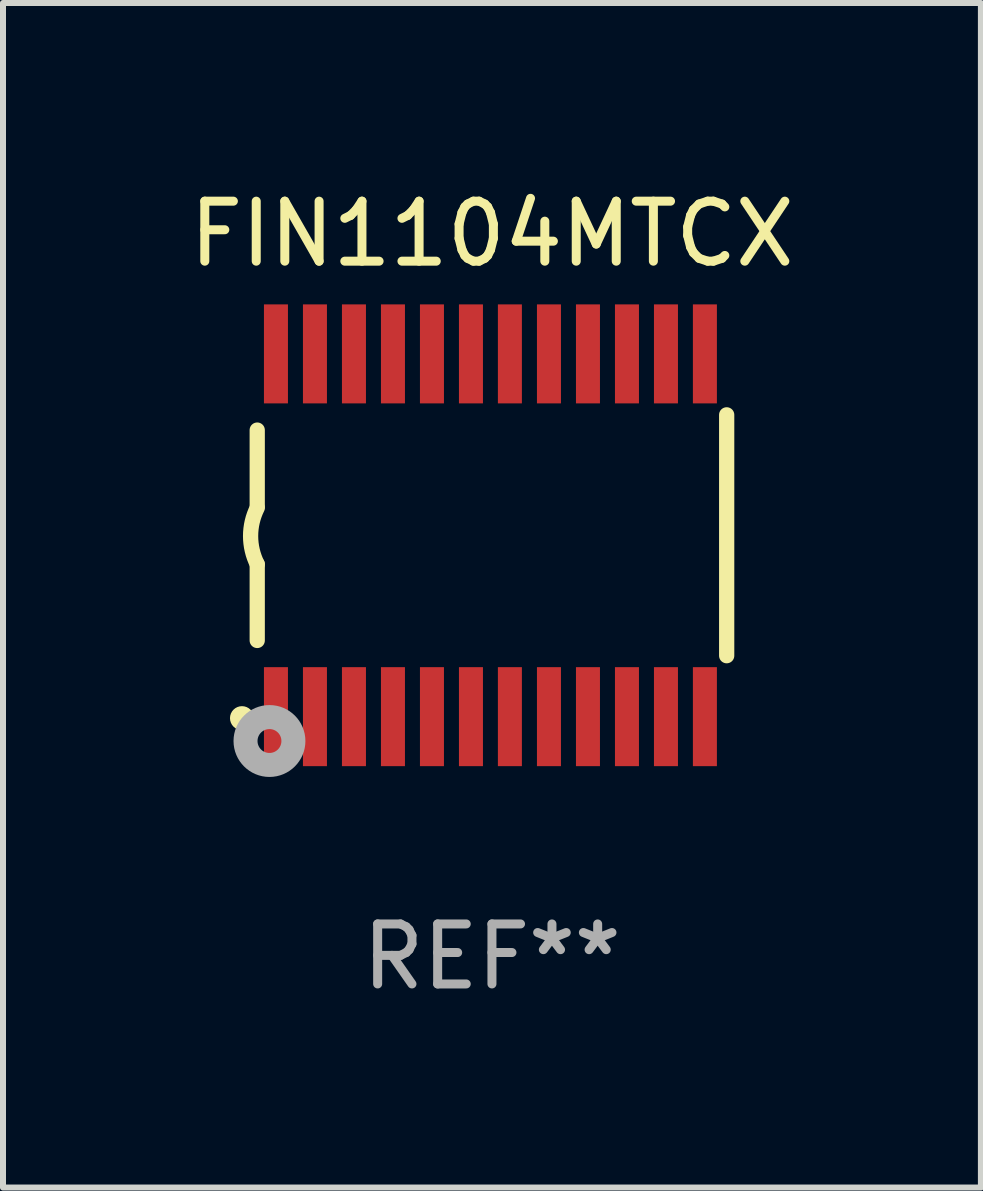
<source format=kicad_pcb>
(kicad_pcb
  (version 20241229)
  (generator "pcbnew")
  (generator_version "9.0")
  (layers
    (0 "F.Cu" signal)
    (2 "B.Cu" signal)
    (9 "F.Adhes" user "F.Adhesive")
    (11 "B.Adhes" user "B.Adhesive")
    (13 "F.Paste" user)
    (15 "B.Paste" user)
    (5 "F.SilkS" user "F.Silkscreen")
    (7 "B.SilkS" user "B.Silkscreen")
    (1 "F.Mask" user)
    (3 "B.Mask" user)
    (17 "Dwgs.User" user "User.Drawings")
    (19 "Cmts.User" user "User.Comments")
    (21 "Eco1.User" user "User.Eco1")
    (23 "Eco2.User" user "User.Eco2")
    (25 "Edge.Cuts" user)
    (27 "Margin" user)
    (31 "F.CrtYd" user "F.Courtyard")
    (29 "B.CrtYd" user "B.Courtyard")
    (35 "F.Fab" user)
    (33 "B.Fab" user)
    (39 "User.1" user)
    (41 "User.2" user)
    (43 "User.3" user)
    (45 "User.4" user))
  (footprint "FIN1104MTCX"
    (layer "F.Cu")
    (at 5.149 5.871)
    (property "Reference" "FIN1104MTCX" (at 0 -5.023 0) (layer "F.SilkS") (effects (font (size 1 1) (thickness 0.15))))
    (attr through_hole)
    (fp_line (start -3.912 -0.483) (end -3.912 -1.753) (stroke (width 0.254) (type solid)) (layer "F.SilkS"))
    (fp_line (start -3.912 1.753) (end -3.912 0.483) (stroke (width 0.254) (type solid)) (layer "F.SilkS"))
    (fp_line (start 3.912 -2.007) (end 3.912 2.007) (stroke (width 0.254) (type solid)) (layer "F.SilkS"))
    (fp_arc (start -3.911608 0.482601) (mid -4.022537 0.0127) (end -3.911608 -0.457201) (stroke (width 0.254001) (type solid)) (layer "F.SilkS"))
    (fp_circle (center -4.166 3.048) (end -4.066 3.048) (stroke (width 0.2) (type solid)) (fill no) (layer "F.SilkS"))
    (fp_circle (center -3.925 3.186) (end -3.895 3.186) (stroke (width 0.06) (type solid)) (fill no) (layer "F.SilkS"))
    (fp_circle (center -3.708 3.429) (end -3.509 3.429) (stroke (width 0.4) (type solid)) (fill no) (layer "F.Fab"))
    (fp_text user "REF**" (at 0 7.023 0) (layer "F.Fab") (effects (font (size 1 1) (thickness 0.15))))
    (pad "1" smd rect (at -3.6 3.023) (size 0.4 1.65) (layers "F.Cu" "F.Mask" "F.Paste"))
    (pad "2" smd rect (at -2.95 3.023) (size 0.4 1.65) (layers "F.Cu" "F.Mask" "F.Paste"))
    (pad "3" smd rect (at -2.3 3.023) (size 0.4 1.65) (layers "F.Cu" "F.Mask" "F.Paste"))
    (pad "4" smd rect (at -1.65 3.023) (size 0.4 1.65) (layers "F.Cu" "F.Mask" "F.Paste"))
    (pad "5" smd rect (at -1 3.023) (size 0.4 1.65) (layers "F.Cu" "F.Mask" "F.Paste"))
    (pad "6" smd rect (at -0.35 3.023) (size 0.4 1.65) (layers "F.Cu" "F.Mask" "F.Paste"))
    (pad "7" smd rect (at 0.299 3.023) (size 0.4 1.65) (layers "F.Cu" "F.Mask" "F.Paste"))
    (pad "8" smd rect (at 0.95 3.023) (size 0.4 1.65) (layers "F.Cu" "F.Mask" "F.Paste"))
    (pad "9" smd rect (at 1.6 3.023) (size 0.4 1.65) (layers "F.Cu" "F.Mask" "F.Paste"))
    (pad "10" smd rect (at 2.25 3.023) (size 0.4 1.65) (layers "F.Cu" "F.Mask" "F.Paste"))
    (pad "11" smd rect (at 2.9 3.023) (size 0.4 1.65) (layers "F.Cu" "F.Mask" "F.Paste"))
    (pad "12" smd rect (at 3.549 3.023) (size 0.4 1.65) (layers "F.Cu" "F.Mask" "F.Paste"))
    (pad "13" smd rect (at 3.549 -3.023) (size 0.4 1.65) (layers "F.Cu" "F.Mask" "F.Paste"))
    (pad "14" smd rect (at 2.9 -3.023) (size 0.4 1.65) (layers "F.Cu" "F.Mask" "F.Paste"))
    (pad "15" smd rect (at 2.25 -3.023) (size 0.4 1.65) (layers "F.Cu" "F.Mask" "F.Paste"))
    (pad "16" smd rect (at 1.6 -3.023) (size 0.4 1.65) (layers "F.Cu" "F.Mask" "F.Paste"))
    (pad "17" smd rect (at 0.95 -3.023) (size 0.4 1.65) (layers "F.Cu" "F.Mask" "F.Paste"))
    (pad "18" smd rect (at 0.299 -3.023) (size 0.4 1.65) (layers "F.Cu" "F.Mask" "F.Paste"))
    (pad "19" smd rect (at -0.35 -3.023) (size 0.4 1.65) (layers "F.Cu" "F.Mask" "F.Paste"))
    (pad "20" smd rect (at -1 -3.023) (size 0.4 1.65) (layers "F.Cu" "F.Mask" "F.Paste"))
    (pad "21" smd rect (at -1.65 -3.023) (size 0.4 1.65) (layers "F.Cu" "F.Mask" "F.Paste"))
    (pad "22" smd rect (at -2.3 -3.023) (size 0.4 1.65) (layers "F.Cu" "F.Mask" "F.Paste"))
    (pad "23" smd rect (at -2.95 -3.023) (size 0.4 1.65) (layers "F.Cu" "F.Mask" "F.Paste"))
    (pad "24" smd rect (at -3.6 -3.023) (size 0.4 1.65) (layers "F.Cu" "F.Mask" "F.Paste")))
  (gr_rect
    (start -3 -3)
    (end 13.298 16.742)
    (stroke (width 0.1) (type default))
    (fill no)
    (layer "Edge.Cuts")))
</source>
